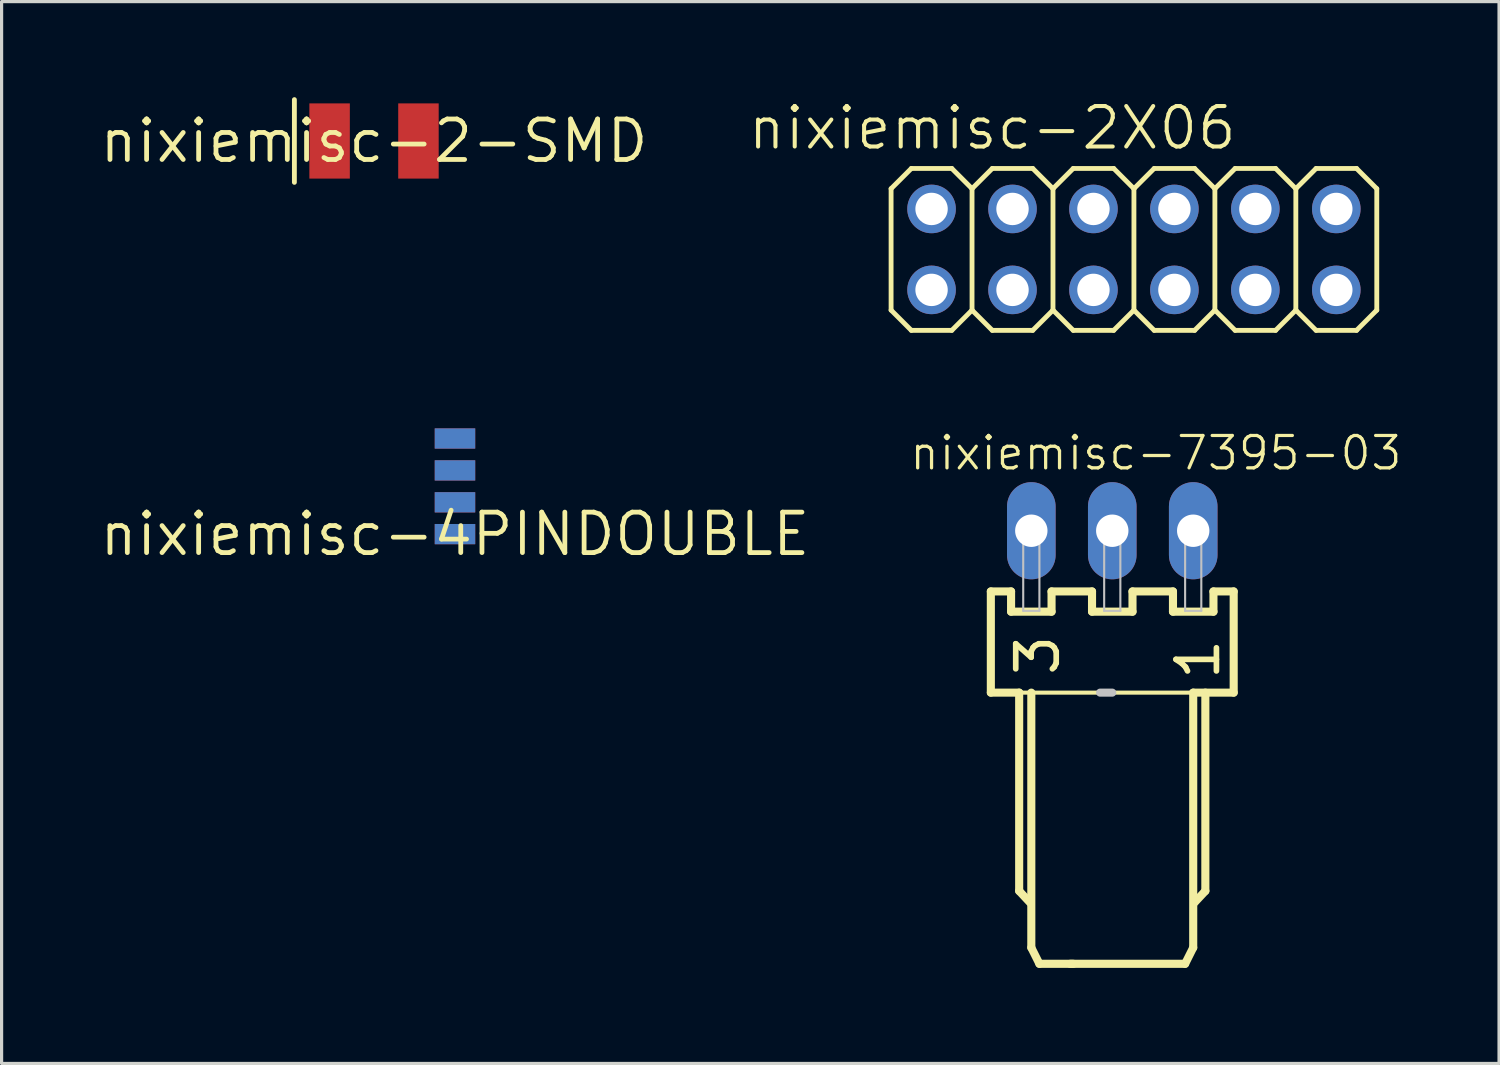
<source format=kicad_pcb>
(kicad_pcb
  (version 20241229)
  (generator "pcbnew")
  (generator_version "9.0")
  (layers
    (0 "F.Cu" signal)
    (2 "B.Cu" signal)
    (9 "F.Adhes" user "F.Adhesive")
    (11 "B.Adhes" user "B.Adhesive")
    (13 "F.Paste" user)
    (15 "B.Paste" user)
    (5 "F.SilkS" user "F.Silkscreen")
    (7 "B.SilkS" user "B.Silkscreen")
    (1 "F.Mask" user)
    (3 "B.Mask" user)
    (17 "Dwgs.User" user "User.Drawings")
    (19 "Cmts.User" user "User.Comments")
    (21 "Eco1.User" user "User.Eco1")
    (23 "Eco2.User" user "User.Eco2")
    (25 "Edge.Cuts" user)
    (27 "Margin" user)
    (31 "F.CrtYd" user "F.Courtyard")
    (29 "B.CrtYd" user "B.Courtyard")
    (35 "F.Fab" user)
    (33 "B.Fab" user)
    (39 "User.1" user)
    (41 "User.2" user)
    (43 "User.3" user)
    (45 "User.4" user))
  (footprint "nixiemisc-2X06"
    (layer "F.Cu")
    (at 32.53 4.776)
    (property "Reference" "nixiemisc-2X06" (at -4.445 -3.81 0) (layer "F.SilkS") (effects (font (size 1.27 1.27) (thickness 0.127))))
    (attr exclude_from_pos_files exclude_from_bom)
    (fp_line (start -7.62 -1.905) (end -6.985 -2.54) (stroke (width 0.152) (type solid)) (layer "F.SilkS"))
    (fp_line (start -7.62 1.905) (end -7.62 -1.905) (stroke (width 0.152) (type solid)) (layer "F.SilkS"))
    (fp_line (start -7.62 1.905) (end -6.985 2.54) (stroke (width 0.152) (type solid)) (layer "F.SilkS"))
    (fp_line (start -6.985 -2.54) (end -5.715 -2.54) (stroke (width 0.152) (type solid)) (layer "F.SilkS"))
    (fp_line (start -6.985 2.54) (end -5.715 2.54) (stroke (width 0.152) (type solid)) (layer "F.SilkS"))
    (fp_line (start -5.715 -2.54) (end -5.08 -1.905) (stroke (width 0.152) (type solid)) (layer "F.SilkS"))
    (fp_line (start -5.715 2.54) (end -5.08 1.905) (stroke (width 0.152) (type solid)) (layer "F.SilkS"))
    (fp_line (start -5.08 -1.905) (end -5.08 1.905) (stroke (width 0.152) (type solid)) (layer "F.SilkS"))
    (fp_line (start -5.08 -1.905) (end -4.445 -2.54) (stroke (width 0.152) (type solid)) (layer "F.SilkS"))
    (fp_line (start -5.08 1.905) (end -4.445 2.54) (stroke (width 0.152) (type solid)) (layer "F.SilkS"))
    (fp_line (start -4.445 -2.54) (end -3.175 -2.54) (stroke (width 0.152) (type solid)) (layer "F.SilkS"))
    (fp_line (start -4.445 2.54) (end -3.175 2.54) (stroke (width 0.152) (type solid)) (layer "F.SilkS"))
    (fp_line (start -3.175 -2.54) (end -2.54 -1.905) (stroke (width 0.152) (type solid)) (layer "F.SilkS"))
    (fp_line (start -3.175 2.54) (end -2.54 1.905) (stroke (width 0.152) (type solid)) (layer "F.SilkS"))
    (fp_line (start -2.54 -1.905) (end -2.54 1.905) (stroke (width 0.152) (type solid)) (layer "F.SilkS"))
    (fp_line (start -2.54 -1.905) (end -1.905 -2.54) (stroke (width 0.152) (type solid)) (layer "F.SilkS"))
    (fp_line (start -2.54 1.905) (end -1.905 2.54) (stroke (width 0.152) (type solid)) (layer "F.SilkS"))
    (fp_line (start -1.905 -2.54) (end -0.635 -2.54) (stroke (width 0.152) (type solid)) (layer "F.SilkS"))
    (fp_line (start -1.905 2.54) (end -0.635 2.54) (stroke (width 0.152) (type solid)) (layer "F.SilkS"))
    (fp_line (start -0.635 -2.54) (end 0 -1.905) (stroke (width 0.152) (type solid)) (layer "F.SilkS"))
    (fp_line (start -0.635 2.54) (end 0 1.905) (stroke (width 0.152) (type solid)) (layer "F.SilkS"))
    (fp_line (start 0 -1.905) (end 0 1.905) (stroke (width 0.152) (type solid)) (layer "F.SilkS"))
    (fp_line (start 0 -1.905) (end 0.635 -2.54) (stroke (width 0.152) (type solid)) (layer "F.SilkS"))
    (fp_line (start 0 1.905) (end 0.635 2.54) (stroke (width 0.152) (type solid)) (layer "F.SilkS"))
    (fp_line (start 0.635 -2.54) (end 1.905 -2.54) (stroke (width 0.152) (type solid)) (layer "F.SilkS"))
    (fp_line (start 0.635 2.54) (end 1.905 2.54) (stroke (width 0.152) (type solid)) (layer "F.SilkS"))
    (fp_line (start 1.905 -2.54) (end 2.54 -1.905) (stroke (width 0.152) (type solid)) (layer "F.SilkS"))
    (fp_line (start 1.905 2.54) (end 2.54 1.905) (stroke (width 0.152) (type solid)) (layer "F.SilkS"))
    (fp_line (start 2.54 -1.905) (end 2.54 1.905) (stroke (width 0.152) (type solid)) (layer "F.SilkS"))
    (fp_line (start 2.54 -1.905) (end 3.175 -2.54) (stroke (width 0.152) (type solid)) (layer "F.SilkS"))
    (fp_line (start 2.54 1.905) (end 3.175 2.54) (stroke (width 0.152) (type solid)) (layer "F.SilkS"))
    (fp_line (start 3.175 -2.54) (end 4.445 -2.54) (stroke (width 0.152) (type solid)) (layer "F.SilkS"))
    (fp_line (start 3.175 2.54) (end 4.445 2.54) (stroke (width 0.152) (type solid)) (layer "F.SilkS"))
    (fp_line (start 4.445 -2.54) (end 5.08 -1.905) (stroke (width 0.152) (type solid)) (layer "F.SilkS"))
    (fp_line (start 4.445 2.54) (end 5.08 1.905) (stroke (width 0.152) (type solid)) (layer "F.SilkS"))
    (fp_line (start 5.08 -1.905) (end 5.08 1.905) (stroke (width 0.152) (type solid)) (layer "F.SilkS"))
    (fp_line (start 5.08 -1.905) (end 5.715 -2.54) (stroke (width 0.152) (type solid)) (layer "F.SilkS"))
    (fp_line (start 5.08 1.905) (end 5.715 2.54) (stroke (width 0.152) (type solid)) (layer "F.SilkS"))
    (fp_line (start 5.715 -2.54) (end 6.985 -2.54) (stroke (width 0.152) (type solid)) (layer "F.SilkS"))
    (fp_line (start 5.715 2.54) (end 6.985 2.54) (stroke (width 0.152) (type solid)) (layer "F.SilkS"))
    (fp_line (start 6.985 -2.54) (end 7.62 -1.905) (stroke (width 0.152) (type solid)) (layer "F.SilkS"))
    (fp_line (start 6.985 2.54) (end 7.62 1.905) (stroke (width 0.152) (type solid)) (layer "F.SilkS"))
    (fp_line (start 7.62 -1.905) (end 7.62 1.905) (stroke (width 0.152) (type solid)) (layer "F.SilkS"))
    (fp_line (start -6.604 -1.524) (end -6.096 -1.524) (stroke (width 0.066) (type solid)) (layer "Dwgs.User"))
    (fp_line (start -6.604 -1.016) (end -6.604 -1.524) (stroke (width 0.066) (type solid)) (layer "Dwgs.User"))
    (fp_line (start -6.604 -1.016) (end -6.096 -1.016) (stroke (width 0.066) (type solid)) (layer "Dwgs.User"))
    (fp_line (start -6.604 1.016) (end -6.096 1.016) (stroke (width 0.066) (type solid)) (layer "Dwgs.User"))
    (fp_line (start -6.604 1.524) (end -6.604 1.016) (stroke (width 0.066) (type solid)) (layer "Dwgs.User"))
    (fp_line (start -6.604 1.524) (end -6.096 1.524) (stroke (width 0.066) (type solid)) (layer "Dwgs.User"))
    (fp_line (start -6.096 -1.016) (end -6.096 -1.524) (stroke (width 0.066) (type solid)) (layer "Dwgs.User"))
    (fp_line (start -6.096 1.524) (end -6.096 1.016) (stroke (width 0.066) (type solid)) (layer "Dwgs.User"))
    (fp_line (start -4.064 -1.524) (end -3.556 -1.524) (stroke (width 0.066) (type solid)) (layer "Dwgs.User"))
    (fp_line (start -4.064 -1.016) (end -4.064 -1.524) (stroke (width 0.066) (type solid)) (layer "Dwgs.User"))
    (fp_line (start -4.064 -1.016) (end -3.556 -1.016) (stroke (width 0.066) (type solid)) (layer "Dwgs.User"))
    (fp_line (start -4.064 1.016) (end -3.556 1.016) (stroke (width 0.066) (type solid)) (layer "Dwgs.User"))
    (fp_line (start -4.064 1.524) (end -4.064 1.016) (stroke (width 0.066) (type solid)) (layer "Dwgs.User"))
    (fp_line (start -4.064 1.524) (end -3.556 1.524) (stroke (width 0.066) (type solid)) (layer "Dwgs.User"))
    (fp_line (start -3.556 -1.016) (end -3.556 -1.524) (stroke (width 0.066) (type solid)) (layer "Dwgs.User"))
    (fp_line (start -3.556 1.524) (end -3.556 1.016) (stroke (width 0.066) (type solid)) (layer "Dwgs.User"))
    (fp_line (start -1.524 -1.524) (end -1.016 -1.524) (stroke (width 0.066) (type solid)) (layer "Dwgs.User"))
    (fp_line (start -1.524 -1.016) (end -1.524 -1.524) (stroke (width 0.066) (type solid)) (layer "Dwgs.User"))
    (fp_line (start -1.524 -1.016) (end -1.016 -1.016) (stroke (width 0.066) (type solid)) (layer "Dwgs.User"))
    (fp_line (start -1.524 1.016) (end -1.016 1.016) (stroke (width 0.066) (type solid)) (layer "Dwgs.User"))
    (fp_line (start -1.524 1.524) (end -1.524 1.016) (stroke (width 0.066) (type solid)) (layer "Dwgs.User"))
    (fp_line (start -1.524 1.524) (end -1.016 1.524) (stroke (width 0.066) (type solid)) (layer "Dwgs.User"))
    (fp_line (start -1.016 -1.016) (end -1.016 -1.524) (stroke (width 0.066) (type solid)) (layer "Dwgs.User"))
    (fp_line (start -1.016 1.524) (end -1.016 1.016) (stroke (width 0.066) (type solid)) (layer "Dwgs.User"))
    (fp_line (start 1.016 -1.524) (end 1.524 -1.524) (stroke (width 0.066) (type solid)) (layer "Dwgs.User"))
    (fp_line (start 1.016 -1.016) (end 1.016 -1.524) (stroke (width 0.066) (type solid)) (layer "Dwgs.User"))
    (fp_line (start 1.016 -1.016) (end 1.524 -1.016) (stroke (width 0.066) (type solid)) (layer "Dwgs.User"))
    (fp_line (start 1.016 1.016) (end 1.524 1.016) (stroke (width 0.066) (type solid)) (layer "Dwgs.User"))
    (fp_line (start 1.016 1.524) (end 1.016 1.016) (stroke (width 0.066) (type solid)) (layer "Dwgs.User"))
    (fp_line (start 1.016 1.524) (end 1.524 1.524) (stroke (width 0.066) (type solid)) (layer "Dwgs.User"))
    (fp_line (start 1.524 -1.016) (end 1.524 -1.524) (stroke (width 0.066) (type solid)) (layer "Dwgs.User"))
    (fp_line (start 1.524 1.524) (end 1.524 1.016) (stroke (width 0.066) (type solid)) (layer "Dwgs.User"))
    (fp_line (start 3.556 -1.524) (end 4.064 -1.524) (stroke (width 0.066) (type solid)) (layer "Dwgs.User"))
    (fp_line (start 3.556 -1.016) (end 3.556 -1.524) (stroke (width 0.066) (type solid)) (layer "Dwgs.User"))
    (fp_line (start 3.556 -1.016) (end 4.064 -1.016) (stroke (width 0.066) (type solid)) (layer "Dwgs.User"))
    (fp_line (start 3.556 1.016) (end 4.064 1.016) (stroke (width 0.066) (type solid)) (layer "Dwgs.User"))
    (fp_line (start 3.556 1.524) (end 3.556 1.016) (stroke (width 0.066) (type solid)) (layer "Dwgs.User"))
    (fp_line (start 3.556 1.524) (end 4.064 1.524) (stroke (width 0.066) (type solid)) (layer "Dwgs.User"))
    (fp_line (start 4.064 -1.016) (end 4.064 -1.524) (stroke (width 0.066) (type solid)) (layer "Dwgs.User"))
    (fp_line (start 4.064 1.524) (end 4.064 1.016) (stroke (width 0.066) (type solid)) (layer "Dwgs.User"))
    (fp_line (start 6.096 -1.524) (end 6.604 -1.524) (stroke (width 0.066) (type solid)) (layer "Dwgs.User"))
    (fp_line (start 6.096 -1.016) (end 6.096 -1.524) (stroke (width 0.066) (type solid)) (layer "Dwgs.User"))
    (fp_line (start 6.096 -1.016) (end 6.604 -1.016) (stroke (width 0.066) (type solid)) (layer "Dwgs.User"))
    (fp_line (start 6.096 1.016) (end 6.604 1.016) (stroke (width 0.066) (type solid)) (layer "Dwgs.User"))
    (fp_line (start 6.096 1.524) (end 6.096 1.016) (stroke (width 0.066) (type solid)) (layer "Dwgs.User"))
    (fp_line (start 6.096 1.524) (end 6.604 1.524) (stroke (width 0.066) (type solid)) (layer "Dwgs.User"))
    (fp_line (start 6.604 -1.016) (end 6.604 -1.524) (stroke (width 0.066) (type solid)) (layer "Dwgs.User"))
    (fp_line (start 6.604 1.524) (end 6.604 1.016) (stroke (width 0.066) (type solid)) (layer "Dwgs.User"))
    (pad "1" thru_hole circle (at -6.35 1.27) (size 1.524 1.524) (drill 1.016) (layers "*.Cu" "*.Mask"))
    (pad "2" thru_hole circle (at -6.35 -1.27) (size 1.524 1.524) (drill 1.016) (layers "*.Cu" "*.Mask"))
    (pad "3" thru_hole circle (at -3.81 1.27) (size 1.524 1.524) (drill 1.016) (layers "*.Cu" "*.Mask"))
    (pad "4" thru_hole circle (at -3.81 -1.27) (size 1.524 1.524) (drill 1.016) (layers "*.Cu" "*.Mask"))
    (pad "5" thru_hole circle (at -1.27 1.27) (size 1.524 1.524) (drill 1.016) (layers "*.Cu" "*.Mask"))
    (pad "6" thru_hole circle (at -1.27 -1.27) (size 1.524 1.524) (drill 1.016) (layers "*.Cu" "*.Mask"))
    (pad "7" thru_hole circle (at 1.27 1.27) (size 1.524 1.524) (drill 1.016) (layers "*.Cu" "*.Mask"))
    (pad "8" thru_hole circle (at 1.27 -1.27) (size 1.524 1.524) (drill 1.016) (layers "*.Cu" "*.Mask"))
    (pad "9" thru_hole circle (at 3.81 1.27) (size 1.524 1.524) (drill 1.016) (layers "*.Cu" "*.Mask"))
    (pad "10" thru_hole circle (at 3.81 -1.27) (size 1.524 1.524) (drill 1.016) (layers "*.Cu" "*.Mask"))
    (pad "11" thru_hole circle (at 6.35 1.27) (size 1.524 1.524) (drill 1.016) (layers "*.Cu" "*.Mask"))
    (pad "12" thru_hole circle (at 6.35 -1.27) (size 1.524 1.524) (drill 1.016) (layers "*.Cu" "*.Mask")))
  (footprint "nixiemisc-2-SMD"
    (layer "F.Cu")
    (at 8.686 1.374)
    (property "Reference" "nixiemisc-2-SMD" (at 0 0 0) (layer "F.SilkS") (effects (font (size 1.27 1.27) (thickness 0.15))))
    (attr smd)
    (fp_line (start -2.499 -1.298) (end -2.499 1.298) (stroke (width 0.152) (type solid)) (layer "F.SilkS"))
    (pad "1" smd rect (at -1.394 0 90) (size 2.36 1.27) (layers "F.Cu" "F.Mask" "F.Paste"))
    (pad "2" smd rect (at 1.394 0 90) (size 2.36 1.27) (layers "F.Cu" "F.Mask" "F.Paste")))
  (footprint "nixiemisc-4PINDOUBLE"
    (layer "F.Cu")
    (at 11.226 13.709)
    (property "Reference" "nixiemisc-4PINDOUBLE" (at 0 0 0) (layer "F.SilkS") (effects (font (size 1.27 1.27) (thickness 0.15))))
    (attr smd)
    (pad "P$1" smd rect (at 0 0) (size 1.27 0.635) (layers "F.Cu" "F.Mask" "F.Paste"))
    (pad "P$2" smd rect (at 0 -0.998) (size 1.27 0.635) (layers "F.Cu" "F.Mask" "F.Paste"))
    (pad "P$3" smd rect (at 0 -1.999) (size 1.27 0.635) (layers "F.Cu" "F.Mask" "F.Paste"))
    (pad "P$4" smd rect (at 0 -3) (size 1.27 0.635) (layers "F.Cu" "F.Mask" "F.Paste"))
    (pad "P$5" smd rect (at 0 0) (size 1.27 0.635) (layers "B.Cu" "B.Mask"))
    (pad "P$6" smd rect (at 0 -0.998) (size 1.27 0.635) (layers "B.Cu" "B.Mask"))
    (pad "P$7" smd rect (at 0 -1.999) (size 1.27 0.635) (layers "B.Cu" "B.Mask"))
    (pad "P$8" smd rect (at 0 -3) (size 1.27 0.635) (layers "B.Cu" "B.Mask")))
  (footprint "nixiemisc-7395-03"
    (layer "F.Cu")
    (at 31.85 13.603)
    (property "Reference" "nixiemisc-7395-03" (at 1.369 -2.438 180) (layer "F.SilkS") (effects (font (size 1.016 1.016) (thickness 0.102))))
    (attr exclude_from_pos_files exclude_from_bom)
    (fp_line (start -3.81 1.905) (end -3.81 5.08) (stroke (width 0.254) (type solid)) (layer "F.SilkS"))
    (fp_line (start -3.81 5.08) (end -2.921 5.08) (stroke (width 0.254) (type solid)) (layer "F.SilkS"))
    (fp_line (start -3.175 1.905) (end -3.81 1.905) (stroke (width 0.254) (type solid)) (layer "F.SilkS"))
    (fp_line (start -3.175 2.54) (end -3.175 1.905) (stroke (width 0.254) (type solid)) (layer "F.SilkS"))
    (fp_line (start -2.921 5.08) (end -2.921 11.303) (stroke (width 0.254) (type solid)) (layer "F.SilkS"))
    (fp_line (start -2.921 5.08) (end 2.54 5.08) (stroke (width 0.127) (type solid)) (layer "F.SilkS"))
    (fp_line (start -2.921 11.303) (end -2.588 11.659) (stroke (width 0.254) (type solid)) (layer "F.SilkS"))
    (fp_line (start -2.54 5.08) (end -2.54 13.081) (stroke (width 0.254) (type solid)) (layer "F.SilkS"))
    (fp_line (start -2.54 13.081) (end -2.286 13.589) (stroke (width 0.254) (type solid)) (layer "F.SilkS"))
    (fp_line (start -2.286 13.589) (end -1.219 13.589) (stroke (width 0.254) (type solid)) (layer "F.SilkS"))
    (fp_line (start -1.905 1.905) (end -1.905 2.54) (stroke (width 0.254) (type solid)) (layer "F.SilkS"))
    (fp_line (start -1.905 2.54) (end -3.175 2.54) (stroke (width 0.254) (type solid)) (layer "F.SilkS"))
    (fp_line (start -0.635 1.905) (end -1.905 1.905) (stroke (width 0.254) (type solid)) (layer "F.SilkS"))
    (fp_line (start -0.635 2.54) (end -0.635 1.905) (stroke (width 0.254) (type solid)) (layer "F.SilkS"))
    (fp_line (start 0.635 1.905) (end 0.635 2.54) (stroke (width 0.254) (type solid)) (layer "F.SilkS"))
    (fp_line (start 0.635 2.54) (end -0.635 2.54) (stroke (width 0.254) (type solid)) (layer "F.SilkS"))
    (fp_line (start 1.905 1.905) (end 0.635 1.905) (stroke (width 0.254) (type solid)) (layer "F.SilkS"))
    (fp_line (start 1.905 2.54) (end 1.905 1.905) (stroke (width 0.254) (type solid)) (layer "F.SilkS"))
    (fp_line (start 2.286 13.589) (end -1.321 13.589) (stroke (width 0.254) (type solid)) (layer "F.SilkS"))
    (fp_line (start 2.54 5.08) (end 2.54 13.081) (stroke (width 0.254) (type solid)) (layer "F.SilkS"))
    (fp_line (start 2.54 5.08) (end 3.81 5.08) (stroke (width 0.254) (type solid)) (layer "F.SilkS"))
    (fp_line (start 2.54 13.081) (end 2.286 13.589) (stroke (width 0.254) (type solid)) (layer "F.SilkS"))
    (fp_line (start 2.921 5.08) (end 2.921 11.303) (stroke (width 0.254) (type solid)) (layer "F.SilkS"))
    (fp_line (start 2.921 11.303) (end 2.588 11.659) (stroke (width 0.254) (type solid)) (layer "F.SilkS"))
    (fp_line (start 3.175 1.905) (end 3.175 2.54) (stroke (width 0.254) (type solid)) (layer "F.SilkS"))
    (fp_line (start 3.175 2.54) (end 1.905 2.54) (stroke (width 0.254) (type solid)) (layer "F.SilkS"))
    (fp_line (start 3.81 1.905) (end 3.175 1.905) (stroke (width 0.254) (type solid)) (layer "F.SilkS"))
    (fp_line (start 3.81 5.08) (end 3.81 1.905) (stroke (width 0.254) (type solid)) (layer "F.SilkS"))
    (fp_line (start -2.794 -0.254) (end -2.286 -0.254) (stroke (width 0.066) (type solid)) (layer "Dwgs.User"))
    (fp_line (start -2.794 0.254) (end -2.794 -0.254) (stroke (width 0.066) (type solid)) (layer "Dwgs.User"))
    (fp_line (start -2.794 0.254) (end -2.286 0.254) (stroke (width 0.066) (type solid)) (layer "Dwgs.User"))
    (fp_line (start -2.794 0.279) (end -2.286 0.279) (stroke (width 0.066) (type solid)) (layer "Dwgs.User"))
    (fp_line (start -2.794 2.515) (end -2.794 0.279) (stroke (width 0.066) (type solid)) (layer "Dwgs.User"))
    (fp_line (start -2.794 2.515) (end -2.286 2.515) (stroke (width 0.066) (type solid)) (layer "Dwgs.User"))
    (fp_line (start -2.286 0.254) (end -2.286 -0.254) (stroke (width 0.066) (type solid)) (layer "Dwgs.User"))
    (fp_line (start -2.286 2.515) (end -2.286 0.279) (stroke (width 0.066) (type solid)) (layer "Dwgs.User"))
    (fp_line (start -0.254 -0.254) (end 0.254 -0.254) (stroke (width 0.066) (type solid)) (layer "Dwgs.User"))
    (fp_line (start -0.254 0.254) (end -0.254 -0.254) (stroke (width 0.066) (type solid)) (layer "Dwgs.User"))
    (fp_line (start -0.254 0.254) (end 0.254 0.254) (stroke (width 0.066) (type solid)) (layer "Dwgs.User"))
    (fp_line (start -0.254 0.279) (end 0.254 0.279) (stroke (width 0.066) (type solid)) (layer "Dwgs.User"))
    (fp_line (start -0.254 2.515) (end -0.254 0.279) (stroke (width 0.066) (type solid)) (layer "Dwgs.User"))
    (fp_line (start -0.254 2.515) (end 0.254 2.515) (stroke (width 0.066) (type solid)) (layer "Dwgs.User"))
    (fp_line (start 0 5.08) (end -0.381 5.08) (stroke (width 0.254) (type solid)) (layer "Dwgs.User"))
    (fp_line (start 0.254 0.254) (end 0.254 -0.254) (stroke (width 0.066) (type solid)) (layer "Dwgs.User"))
    (fp_line (start 0.254 2.515) (end 0.254 0.279) (stroke (width 0.066) (type solid)) (layer "Dwgs.User"))
    (fp_line (start 2.286 -0.254) (end 2.794 -0.254) (stroke (width 0.066) (type solid)) (layer "Dwgs.User"))
    (fp_line (start 2.286 0.254) (end 2.286 -0.254) (stroke (width 0.066) (type solid)) (layer "Dwgs.User"))
    (fp_line (start 2.286 0.254) (end 2.794 0.254) (stroke (width 0.066) (type solid)) (layer "Dwgs.User"))
    (fp_line (start 2.286 0.279) (end 2.794 0.279) (stroke (width 0.066) (type solid)) (layer "Dwgs.User"))
    (fp_line (start 2.286 2.515) (end 2.286 0.279) (stroke (width 0.066) (type solid)) (layer "Dwgs.User"))
    (fp_line (start 2.286 2.515) (end 2.794 2.515) (stroke (width 0.066) (type solid)) (layer "Dwgs.User"))
    (fp_line (start 2.794 0.254) (end 2.794 -0.254) (stroke (width 0.066) (type solid)) (layer "Dwgs.User"))
    (fp_line (start 2.794 2.515) (end 2.794 0.279) (stroke (width 0.066) (type solid)) (layer "Dwgs.User"))
    (fp_text user "1" (at 2.69 4.036 270) (layer "F.SilkS") (effects (font (size 1.27 1.27) (thickness 0.178))))
    (fp_text user "3" (at -2.337 3.909 270) (layer "F.SilkS") (effects (font (size 1.27 1.27) (thickness 0.178))))
    (pad "1" thru_hole oval (at 2.54 0 180) (size 1.524 3.048) (drill 1.016) (layers "*.Cu" "*.Mask"))
    (pad "2" thru_hole oval (at 0 0 180) (size 1.524 3.048) (drill 1.016) (layers "*.Cu" "*.Mask"))
    (pad "3" thru_hole oval (at -2.54 0 180) (size 1.524 3.048) (drill 1.016) (layers "*.Cu" "*.Mask")))
  (gr_rect
    (start -3 -3)
    (end 43.986 30.319)
    (stroke (width 0.1) (type default))
    (fill no)
    (layer "Edge.Cuts")))
</source>
